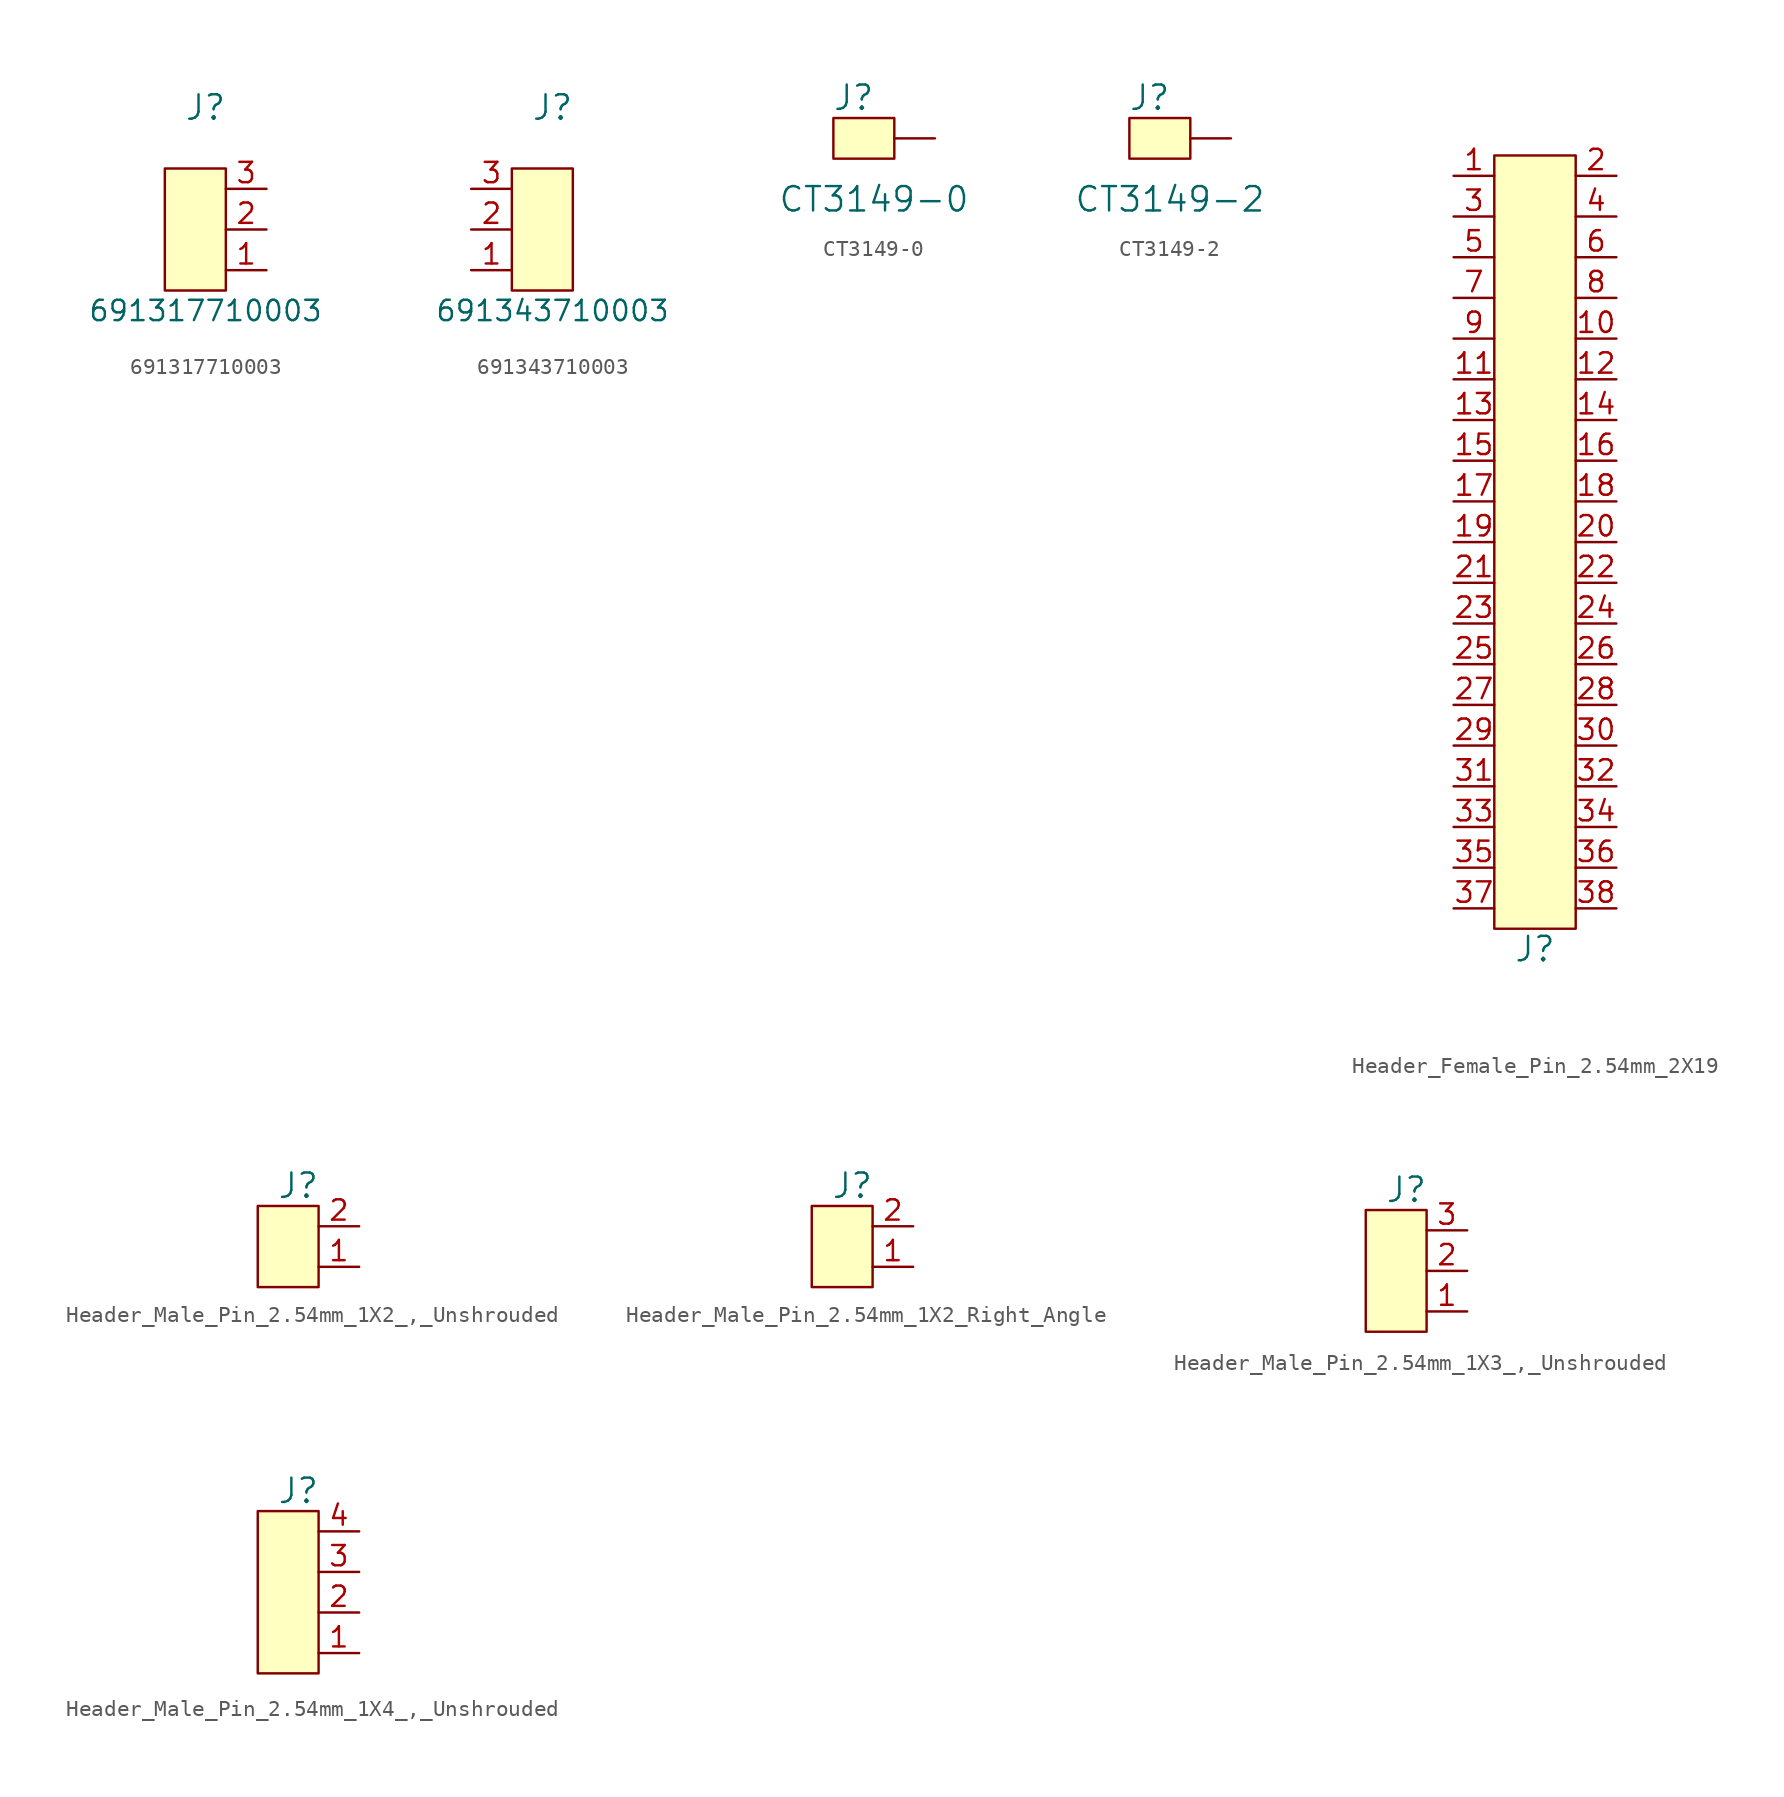
<source format=kicad_sym>
(kicad_symbol_lib
  (version 20220914)
  (generator kicad_symbol_editor)
  (symbol "691317710003"
    (pin_names
      (offset 0) hide)
    (property "Reference" "J"
      (at 0 8.89 0)
      (effects (font (size 1.524 1.524))))
    (property "Value" "691317710003"
      (at 0 -3.81 0)
      (effects (font (size 1.27 1.27))))
    (symbol "691317710003_0_1"
      (rectangle (start 1.27 -2.54) (end -2.54 5.08) (stroke (width 0) (type default)) (fill (type background))))
    (symbol "691317710003_1_1"
      (pin passive line (at 3.81 -1.27 180) (length 2.54) (name "~" (effects (font (size 1.27 1.27)))) (number "1" (effects (font (size 1.27 1.27)))))
      (pin passive line (at 3.81 1.27 180) (length 2.54) (name "~" (effects (font (size 1.27 1.27)))) (number "2" (effects (font (size 1.27 1.27)))))
      (pin passive line (at 3.81 3.81 180) (length 2.54) (name "~" (effects (font (size 1.27 1.27)))) (number "3" (effects (font (size 1.27 1.27)))))))
  (symbol "691343710003"
    (pin_names
      (offset 0) hide)
    (property "Reference" "J"
      (at 0 8.89 0)
      (effects (font (size 1.524 1.524))))
    (property "Value" "691343710003"
      (at 0 -3.81 0)
      (effects (font (size 1.27 1.27))))
    (symbol "691343710003_0_1"
      (rectangle (start 1.27 -2.54) (end -2.54 5.08) (stroke (width 0) (type default)) (fill (type background))))
    (symbol "691343710003_1_1"
      (pin passive line (at -5.08 -1.27 0) (length 2.54) (name "~" (effects (font (size 1.27 1.27)))) (number "1" (effects (font (size 1.27 1.27)))))
      (pin passive line (at -5.08 1.27 0) (length 2.54) (name "~" (effects (font (size 1.27 1.27)))) (number "2" (effects (font (size 1.27 1.27)))))
      (pin passive line (at -5.08 3.81 0) (length 2.54) (name "~" (effects (font (size 1.27 1.27)))) (number "3" (effects (font (size 1.27 1.27)))))))
  (symbol "CT3149-0"
    (pin_numbers hide)
    (pin_names
      (offset 0) hide)
    (property "Reference" "J"
      (at 0 2.54 0)
      (effects (font (size 1.524 1.524))))
    (property "Value" "CT3149-0"
      (at 1.27 -3.81 0)
      (effects (font (size 1.524 1.524))))
    (symbol "CT3149-0_0_1"
      (rectangle (start -1.27 1.27) (end 2.54 -1.27) (stroke (width 0) (type default)) (fill (type background))))
    (symbol "CT3149-0_1_1"
      (pin input line (at 5.08 0 180) (length 2.54) (name "TP" (effects (font (size 1.27 1.27)))) (number "1" (effects (font (size 1.27 1.27)))))))
  (symbol "CT3149-2"
    (pin_numbers hide)
    (pin_names
      (offset 0) hide)
    (property "Reference" "J"
      (at 0 2.54 0)
      (effects (font (size 1.524 1.524))))
    (property "Value" "CT3149-2"
      (at 1.27 -3.81 0)
      (effects (font (size 1.524 1.524))))
    (symbol "CT3149-2_0_1"
      (rectangle (start -1.27 1.27) (end 2.54 -1.27) (stroke (width 0) (type default)) (fill (type background))))
    (symbol "CT3149-2_1_1"
      (pin input line (at 5.08 0 180) (length 2.54) (name "TP" (effects (font (size 1.27 1.27)))) (number "1" (effects (font (size 1.27 1.27)))))))
  (symbol "Header_Female_Pin_2.54mm_2X19"
    (pin_names
      (offset 0) hide)
    (property "Reference" "J"
      (at -1.27 -1.27 0)
      (effects (font (size 1.524 1.524))))
    (symbol "Header_Female_Pin_2.54mm_2X19_0_0"
      (rectangle (start 1.27 0) (end -3.81 48.26) (stroke (width 0) (type default)) (fill (type background))))
    (symbol "Header_Female_Pin_2.54mm_2X19_1_1"
      (pin passive line (at -6.35 46.99 0) (length 2.54) (name "~" (effects (font (size 1.016 1.016)))) (number "1" (effects (font (size 1.27 1.27)))))
      (pin passive line (at 3.81 36.83 180) (length 2.54) (name "~" (effects (font (size 0.762 0.762)))) (number "10" (effects (font (size 1.27 1.27)))))
      (pin passive line (at -6.35 34.29 0) (length 2.54) (name "~" (effects (font (size 0.889 0.889)))) (number "11" (effects (font (size 1.27 1.27)))))
      (pin passive line (at 3.81 34.29 180) (length 2.54) (name "~" (effects (font (size 0.762 0.762)))) (number "12" (effects (font (size 1.27 1.27)))))
      (pin passive line (at -6.35 31.75 0) (length 2.54) (name "~" (effects (font (size 0.889 0.889)))) (number "13" (effects (font (size 1.27 1.27)))))
      (pin passive line (at 3.81 31.75 180) (length 2.54) (name "~" (effects (font (size 0.762 0.762)))) (number "14" (effects (font (size 1.27 1.27)))))
      (pin passive line (at -6.35 29.21 0) (length 2.54) (name "~" (effects (font (size 0.889 0.889)))) (number "15" (effects (font (size 1.27 1.27)))))
      (pin passive line (at 3.81 29.21 180) (length 2.54) (name "~" (effects (font (size 0.762 0.762)))) (number "16" (effects (font (size 1.27 1.27)))))
      (pin passive line (at -6.35 26.67 0) (length 2.54) (name "~" (effects (font (size 1.016 1.016)))) (number "17" (effects (font (size 1.27 1.27)))))
      (pin passive line (at 3.81 26.67 180) (length 2.54) (name "~" (effects (font (size 1.016 1.016)))) (number "18" (effects (font (size 1.27 1.27)))))
      (pin passive line (at -6.35 24.13 0) (length 2.54) (name "~" (effects (font (size 1.27 1.27)))) (number "19" (effects (font (size 1.27 1.27)))))
      (pin passive line (at 3.81 46.99 180) (length 2.54) (name "~" (effects (font (size 1.016 1.016)))) (number "2" (effects (font (size 1.27 1.27)))))
      (pin passive line (at 3.81 24.13 180) (length 2.54) (name "~" (effects (font (size 1.27 1.27)))) (number "20" (effects (font (size 1.27 1.27)))))
      (pin passive line (at -6.35 21.59 0) (length 2.54) (name "~" (effects (font (size 0.889 0.889)))) (number "21" (effects (font (size 1.27 1.27)))))
      (pin passive line (at 3.81 21.59 180) (length 2.54) (name "~" (effects (font (size 0.762 0.762)))) (number "22" (effects (font (size 1.27 1.27)))))
      (pin passive line (at -6.35 19.05 0) (length 2.54) (name "~" (effects (font (size 0.889 0.889)))) (number "23" (effects (font (size 1.27 1.27)))))
      (pin passive line (at 3.81 19.05 180) (length 2.54) (name "~" (effects (font (size 0.762 0.762)))) (number "24" (effects (font (size 1.27 1.27)))))
      (pin passive line (at -6.35 16.51 0) (length 2.54) (name "~" (effects (font (size 0.889 0.889)))) (number "25" (effects (font (size 1.27 1.27)))))
      (pin passive line (at 3.81 16.51 180) (length 2.54) (name "~" (effects (font (size 0.762 0.762)))) (number "26" (effects (font (size 1.27 1.27)))))
      (pin passive line (at -6.35 13.97 0) (length 2.54) (name "~" (effects (font (size 0.889 0.889)))) (number "27" (effects (font (size 1.27 1.27)))))
      (pin passive line (at 3.81 13.97 180) (length 2.54) (name "~" (effects (font (size 0.762 0.762)))) (number "28" (effects (font (size 1.27 1.27)))))
      (pin passive line (at -6.35 11.43 0) (length 2.54) (name "~" (effects (font (size 0.889 0.889)))) (number "29" (effects (font (size 1.27 1.27)))))
      (pin passive line (at -6.35 44.45 0) (length 2.54) (name "~" (effects (font (size 1.27 1.27)))) (number "3" (effects (font (size 1.27 1.27)))))
      (pin passive line (at 3.81 11.43 180) (length 2.54) (name "~" (effects (font (size 0.762 0.762)))) (number "30" (effects (font (size 1.27 1.27)))))
      (pin passive line (at -6.35 8.89 0) (length 2.54) (name "~" (effects (font (size 0.889 0.889)))) (number "31" (effects (font (size 1.27 1.27)))))
      (pin passive line (at 3.81 8.89 180) (length 2.54) (name "~" (effects (font (size 0.762 0.762)))) (number "32" (effects (font (size 1.27 1.27)))))
      (pin passive line (at -6.35 6.35 0) (length 2.54) (name "~" (effects (font (size 0.889 0.889)))) (number "33" (effects (font (size 1.27 1.27)))))
      (pin passive line (at 3.81 6.35 180) (length 2.54) (name "~" (effects (font (size 0.762 0.762)))) (number "34" (effects (font (size 1.27 1.27)))))
      (pin passive line (at -6.35 3.81 0) (length 2.54) (name "~" (effects (font (size 0.889 0.889)))) (number "35" (effects (font (size 1.27 1.27)))))
      (pin passive line (at 3.81 3.81 180) (length 2.54) (name "~" (effects (font (size 0.762 0.762)))) (number "36" (effects (font (size 1.27 1.27)))))
      (pin passive line (at -6.35 1.27 0) (length 2.54) (name "~" (effects (font (size 0.889 0.889)))) (number "37" (effects (font (size 1.27 1.27)))))
      (pin passive line (at 3.81 1.27 180) (length 2.54) (name "~" (effects (font (size 0.762 0.762)))) (number "38" (effects (font (size 1.27 1.27)))))
      (pin passive line (at 3.81 44.45 180) (length 2.54) (name "~" (effects (font (size 1.27 1.27)))) (number "4" (effects (font (size 1.27 1.27)))))
      (pin passive line (at -6.35 41.91 0) (length 2.54) (name "~" (effects (font (size 0.889 0.889)))) (number "5" (effects (font (size 1.27 1.27)))))
      (pin passive line (at 3.81 41.91 180) (length 2.54) (name "~" (effects (font (size 0.762 0.762)))) (number "6" (effects (font (size 1.27 1.27)))))
      (pin passive line (at -6.35 39.37 0) (length 2.54) (name "~" (effects (font (size 0.889 0.889)))) (number "7" (effects (font (size 1.27 1.27)))))
      (pin passive line (at 3.81 39.37 180) (length 2.54) (name "~" (effects (font (size 0.762 0.762)))) (number "8" (effects (font (size 1.27 1.27)))))
      (pin passive line (at -6.35 36.83 0) (length 2.54) (name "~" (effects (font (size 0.889 0.889)))) (number "9" (effects (font (size 1.27 1.27)))))))
  (symbol "Header_Male_Pin_2.54mm_1X2_,_Unshrouded"
    (pin_names
      (offset 0) hide)
    (property "Reference" "J"
      (at -1.27 5.08 0)
      (effects (font (size 1.524 1.524))))
    (symbol "Header_Male_Pin_2.54mm_1X2_,_Unshrouded_0_0"
      (rectangle (start -3.81 3.81) (end 0 -1.27) (stroke (width 0) (type default)) (fill (type background))))
    (symbol "Header_Male_Pin_2.54mm_1X2_,_Unshrouded_1_1"
      (pin passive line (at 2.54 0 180) (length 2.54) (name "~" (effects (font (size 1.016 1.016)))) (number "1" (effects (font (size 1.27 1.27)))))
      (pin passive line (at 2.54 2.54 180) (length 2.54) (name "~" (effects (font (size 1.27 1.27)))) (number "2" (effects (font (size 1.27 1.27)))))))
  (symbol "Header_Male_Pin_2.54mm_1X2_Right_Angle"
    (pin_names
      (offset 0) hide)
    (property "Reference" "J"
      (at -1.27 5.08 0)
      (effects (font (size 1.524 1.524))))
    (symbol "Header_Male_Pin_2.54mm_1X2_Right_Angle_0_0"
      (rectangle (start -3.81 3.81) (end 0 -1.27) (stroke (width 0) (type default)) (fill (type background))))
    (symbol "Header_Male_Pin_2.54mm_1X2_Right_Angle_1_1"
      (pin passive line (at 2.54 0 180) (length 2.54) (name "~" (effects (font (size 1.016 1.016)))) (number "1" (effects (font (size 1.27 1.27)))))
      (pin passive line (at 2.54 2.54 180) (length 2.54) (name "~" (effects (font (size 1.27 1.27)))) (number "2" (effects (font (size 1.27 1.27)))))))
  (symbol "Header_Male_Pin_2.54mm_1X3_,_Unshrouded"
    (pin_names
      (offset 0) hide)
    (property "Reference" "J"
      (at -1.27 7.62 0)
      (effects (font (size 1.524 1.524))))
    (symbol "Header_Male_Pin_2.54mm_1X3_,_Unshrouded_0_0"
      (rectangle (start -3.81 6.35) (end 0 -1.27) (stroke (width 0) (type default)) (fill (type background))))
    (symbol "Header_Male_Pin_2.54mm_1X3_,_Unshrouded_1_1"
      (pin passive line (at 2.54 0 180) (length 2.54) (name "~" (effects (font (size 1.016 1.016)))) (number "1" (effects (font (size 1.27 1.27)))))
      (pin passive line (at 2.54 2.54 180) (length 2.54) (name "~" (effects (font (size 1.27 1.27)))) (number "2" (effects (font (size 1.27 1.27)))))
      (pin passive line (at 2.54 5.08 180) (length 2.54) (name "~" (effects (font (size 1.27 1.27)))) (number "3" (effects (font (size 1.27 1.27)))))))
  (symbol "Header_Male_Pin_2.54mm_1X4_,_Unshrouded"
    (pin_names
      (offset 0) hide)
    (property "Reference" "J"
      (at -1.27 10.16 0)
      (effects (font (size 1.524 1.524))))
    (symbol "Header_Male_Pin_2.54mm_1X4_,_Unshrouded_0_0"
      (rectangle (start -3.81 8.89) (end 0 -1.27) (stroke (width 0) (type default)) (fill (type background))))
    (symbol "Header_Male_Pin_2.54mm_1X4_,_Unshrouded_1_1"
      (pin passive line (at 2.54 0 180) (length 2.54) (name "~" (effects (font (size 1.016 1.016)))) (number "1" (effects (font (size 1.27 1.27)))))
      (pin passive line (at 2.54 2.54 180) (length 2.54) (name "~" (effects (font (size 1.27 1.27)))) (number "2" (effects (font (size 1.27 1.27)))))
      (pin passive line (at 2.54 5.08 180) (length 2.54) (name "~" (effects (font (size 1.27 1.27)))) (number "3" (effects (font (size 1.27 1.27)))))
      (pin passive line (at 2.54 7.62 180) (length 2.54) (name "~" (effects (font (size 1.27 1.27)))) (number "4" (effects (font (size 1.27 1.27))))))))
</source>
